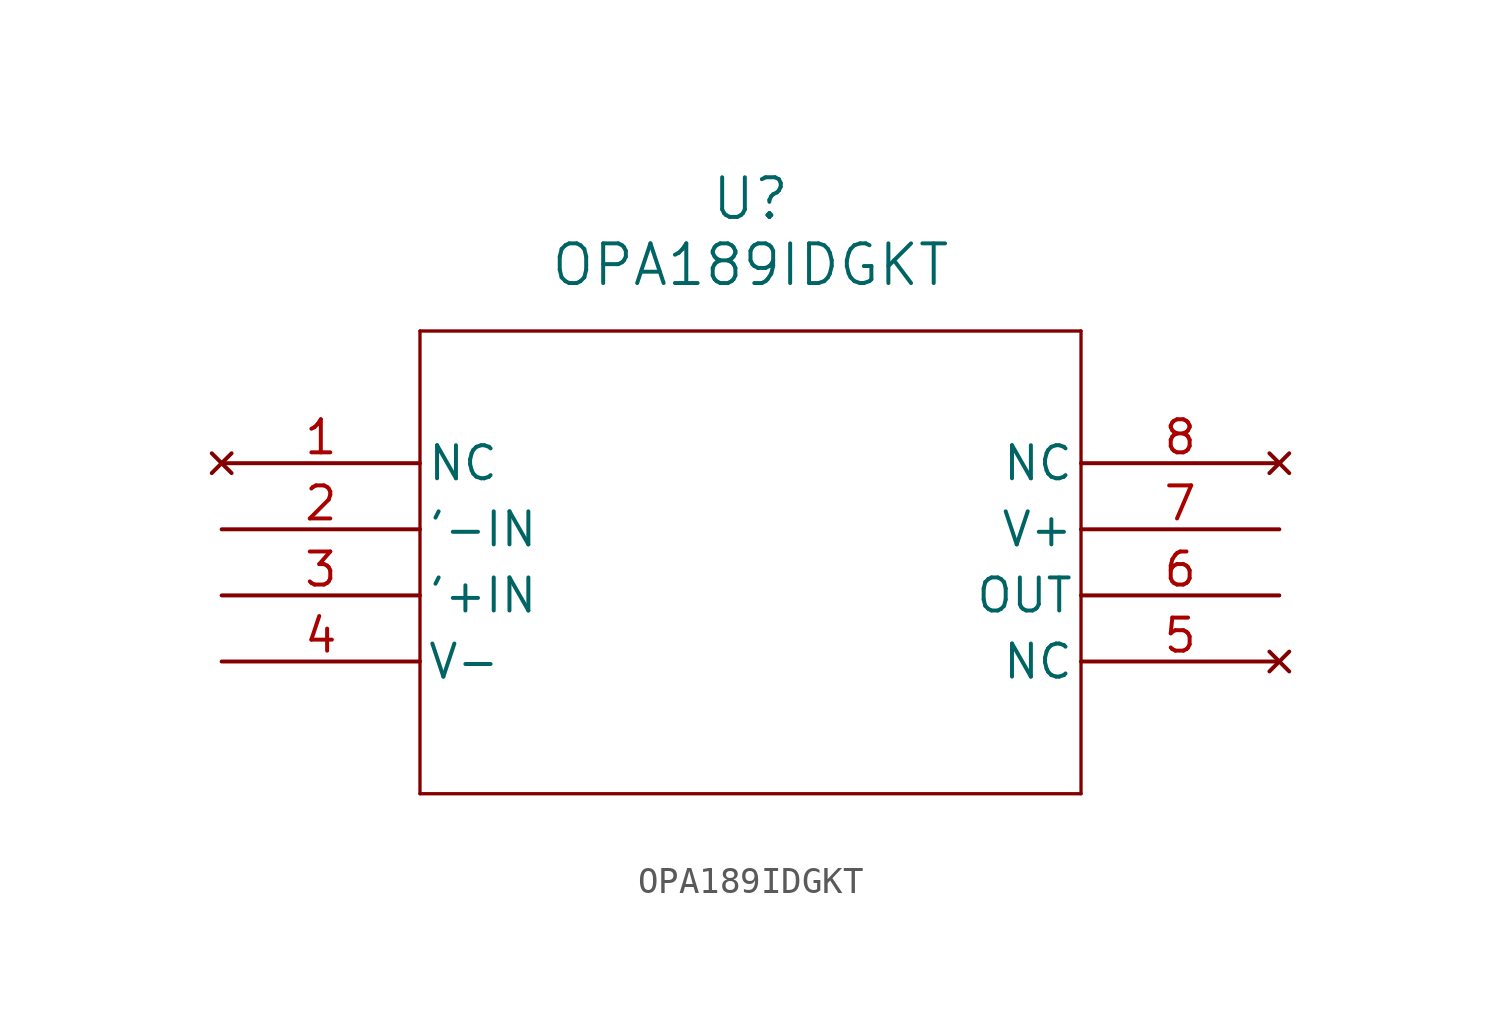
<source format=kicad_sym>
(kicad_symbol_lib
  (version 20220914)
  (generator kicad_symbol_editor)
  (symbol "OPA189IDGKT"
    (pin_names
      (offset 0.254))
    (property "Reference" "U"
      (at 20.32 10.16 0)
      (effects (font (size 1.524 1.524))))
    (property "Value" "OPA189IDGKT"
      (at 20.32 7.62 0)
      (effects (font (size 1.524 1.524))))
    (symbol "OPA189IDGKT_0_1"
      (polyline (pts (xy 7.62 -12.7) (xy 33.02 -12.7)) (stroke (width 0.127) (type default)) (fill (type none)))
      (polyline (pts (xy 7.62 5.08) (xy 7.62 -12.7)) (stroke (width 0.127) (type default)) (fill (type none)))
      (polyline (pts (xy 33.02 -12.7) (xy 33.02 5.08)) (stroke (width 0.127) (type default)) (fill (type none)))
      (polyline (pts (xy 33.02 5.08) (xy 7.62 5.08)) (stroke (width 0.127) (type default)) (fill (type none)))
      (pin no_connect line (at 0 0 0) (length 7.62) (name "NC" (effects (font (size 1.27 1.27)))) (number "1" (effects (font (size 1.27 1.27)))))
      (pin input line (at 0 -2.54 0) (length 7.62) (name "'-IN" (effects (font (size 1.27 1.27)))) (number "2" (effects (font (size 1.27 1.27)))))
      (pin input line (at 0 -5.08 0) (length 7.62) (name "'+IN" (effects (font (size 1.27 1.27)))) (number "3" (effects (font (size 1.27 1.27)))))
      (pin power_in line (at 0 -7.62 0) (length 7.62) (name "V-" (effects (font (size 1.27 1.27)))) (number "4" (effects (font (size 1.27 1.27)))))
      (pin no_connect line (at 40.64 -7.62 180) (length 7.62) (name "NC" (effects (font (size 1.27 1.27)))) (number "5" (effects (font (size 1.27 1.27)))))
      (pin output line (at 40.64 -5.08 180) (length 7.62) (name "OUT" (effects (font (size 1.27 1.27)))) (number "6" (effects (font (size 1.27 1.27)))))
      (pin power_in line (at 40.64 -2.54 180) (length 7.62) (name "V+" (effects (font (size 1.27 1.27)))) (number "7" (effects (font (size 1.27 1.27)))))
      (pin no_connect line (at 40.64 0 180) (length 7.62) (name "NC" (effects (font (size 1.27 1.27)))) (number "8" (effects (font (size 1.27 1.27))))))))
</source>
